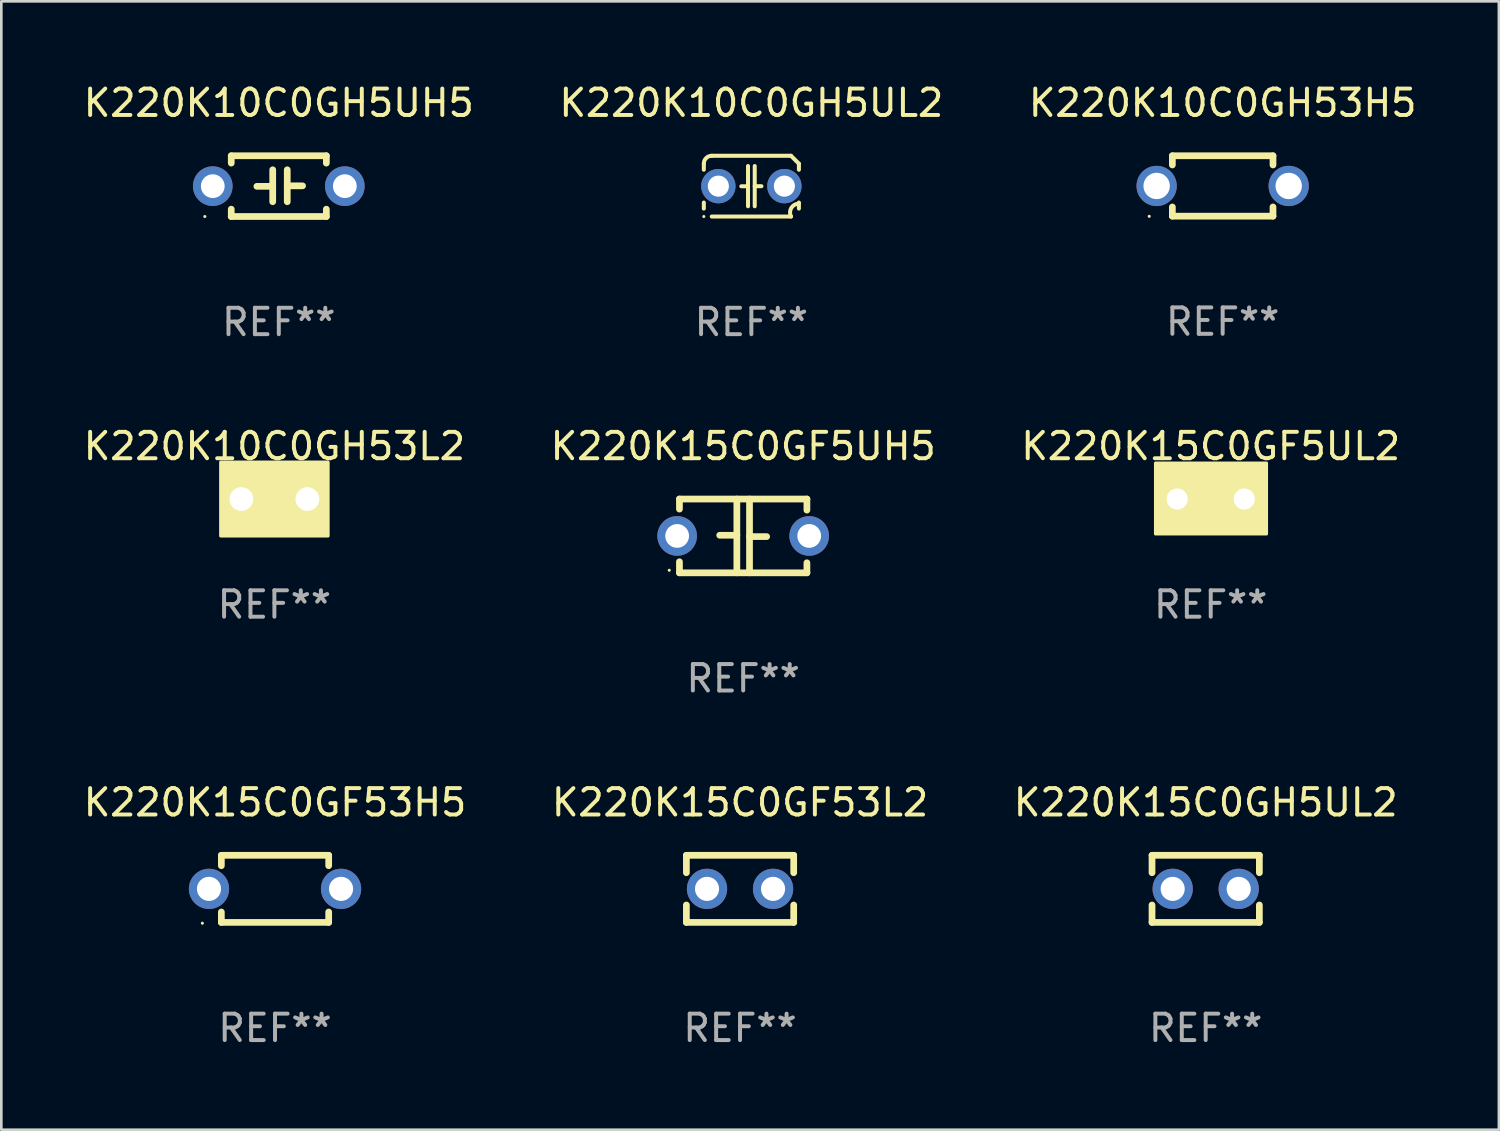
<source format=kicad_pcb>
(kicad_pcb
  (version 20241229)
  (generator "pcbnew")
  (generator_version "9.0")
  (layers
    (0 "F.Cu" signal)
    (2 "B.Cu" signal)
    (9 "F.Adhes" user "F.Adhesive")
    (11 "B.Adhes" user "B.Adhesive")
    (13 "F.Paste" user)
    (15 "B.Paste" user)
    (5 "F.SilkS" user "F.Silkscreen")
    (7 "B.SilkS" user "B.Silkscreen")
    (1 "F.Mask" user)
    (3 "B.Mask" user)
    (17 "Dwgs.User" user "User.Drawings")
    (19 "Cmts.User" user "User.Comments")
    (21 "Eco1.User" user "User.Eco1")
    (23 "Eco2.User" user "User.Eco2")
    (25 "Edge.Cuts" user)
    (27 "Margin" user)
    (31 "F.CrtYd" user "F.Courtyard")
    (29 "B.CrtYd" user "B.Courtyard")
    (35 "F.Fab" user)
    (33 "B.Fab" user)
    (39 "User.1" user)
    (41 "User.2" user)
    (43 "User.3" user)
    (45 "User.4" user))
  (footprint "K220K10C0GH5UL2"
    (layer "F.Cu")
    (at 25.399 3.998)
    (property "Reference" "K220K10C0GH5UL2" (at 0 -3.15 0) (layer "F.SilkS") (effects (font (size 1 1) (thickness 0.15))))
    (attr through_hole)
    (fp_line (start -1.8 -0.621) (end -1.8 -0.85) (stroke (width 0.152) (type solid)) (layer "F.SilkS"))
    (fp_line (start -1.8 0.85) (end -1.8 0.621) (stroke (width 0.152) (type solid)) (layer "F.SilkS"))
    (fp_line (start -1.5 -1.15) (end 1.5 -1.15) (stroke (width 0.152) (type solid)) (layer "F.SilkS"))
    (fp_line (start -0.127 -0.762) (end -0.127 0.762) (stroke (width 0.152) (type solid)) (layer "F.SilkS"))
    (fp_line (start -0.127 0.005) (end -0.381 0.005) (stroke (width 0.152) (type solid)) (layer "F.SilkS"))
    (fp_line (start 0.127 -0.762) (end 0.127 0.762) (stroke (width 0.152) (type solid)) (layer "F.SilkS"))
    (fp_line (start 0.127 0.002) (end 0.381 0.002) (stroke (width 0.152) (type solid)) (layer "F.SilkS"))
    (fp_line (start 1.5 1.15) (end -1.5 1.15) (stroke (width 0.152) (type solid)) (layer "F.SilkS"))
    (fp_line (start 1.8 -0.85) (end 1.8 -0.621) (stroke (width 0.152) (type solid)) (layer "F.SilkS"))
    (fp_line (start 1.8 0.621) (end 1.8 0.85) (stroke (width 0.152) (type solid)) (layer "F.SilkS"))
    (fp_arc (start -1.799975 -0.849987) (mid -1.712107 -1.062119) (end -1.499975 -1.149987) (stroke (width 0.151994) (type solid)) (layer "F.SilkS"))
    (fp_arc (start 1.499975 1.149987) (mid 1.513726 0.822359) (end 1.799975 0.662387) (stroke (width 0.151994) (type solid)) (layer "F.SilkS"))
    (fp_arc (start 1.500001 -1.149986) (mid 1.650015 -1.000001) (end 1.8 -0.849987) (stroke (width 0.151994) (type solid)) (layer "F.SilkS"))
    (fp_circle (center -1.8 1.15) (end -1.77 1.15) (stroke (width 0.06) (type solid)) (fill no) (layer "F.SilkS"))
    (fp_text user "REF**" (at 0 5.15 0) (layer "F.Fab") (effects (font (size 1 1) (thickness 0.15))))
    (pad "1" thru_hole circle (at -1.25 0) (size 1.3 1.3) (drill 0.8) (layers "*.Cu" "*.Mask"))
    (pad "2" thru_hole circle (at 1.25 0) (size 1.3 1.3) (drill 0.8) (layers "*.Cu" "*.Mask")))
  (footprint "K220K15C0GH5UL2"
    (layer "F.Cu")
    (at 42.601 30.605)
    (property "Reference" "K220K15C0GH5UL2" (at 0 -3.27 0) (layer "F.SilkS") (effects (font (size 1 1) (thickness 0.15))))
    (attr through_hole)
    (fp_line (start -2.032 -1.27) (end -2.032 -0.611) (stroke (width 0.254) (type solid)) (layer "F.SilkS"))
    (fp_line (start -2.032 0.611) (end -2.032 1.27) (stroke (width 0.254) (type solid)) (layer "F.SilkS"))
    (fp_line (start -2.032 1.27) (end 2.032 1.27) (stroke (width 0.254) (type solid)) (layer "F.SilkS"))
    (fp_line (start 2.032 -1.27) (end -2.032 -1.27) (stroke (width 0.254) (type solid)) (layer "F.SilkS"))
    (fp_line (start 2.032 -0.611) (end 2.032 -1.27) (stroke (width 0.254) (type solid)) (layer "F.SilkS"))
    (fp_line (start 2.032 1.27) (end 2.032 0.611) (stroke (width 0.254) (type solid)) (layer "F.SilkS"))
    (fp_circle (center -2 1.3) (end -1.97 1.3) (stroke (width 0.06) (type solid)) (fill no) (layer "F.SilkS"))
    (fp_text user "REF**" (at 0 5.27 0) (layer "F.Fab") (effects (font (size 1 1) (thickness 0.15))))
    (pad "1" thru_hole circle (at -1.25 0) (size 1.524 1.524) (drill 0.914) (layers "*.Cu" "*.Mask"))
    (pad "2" thru_hole circle (at 1.25 0) (size 1.524 1.524) (drill 0.914) (layers "*.Cu" "*.Mask")))
  (footprint "K220K15C0GF5UL2"
    (layer "F.Cu")
    (at 42.792 15.845)
    (property "Reference" "K220K15C0GF5UL2" (at 0 -2 0) (layer "F.SilkS") (effects (font (size 1 1) (thickness 0.15))))
    (attr through_hole)
    (fp_circle (center -2 1.3) (end -1.97 1.3) (stroke (width 0.06) (type solid)) (fill no) (layer "F.SilkS"))
    (fp_poly (pts (xy -2.09 -1.36) (xy 2.11 -1.36) (xy 2.11 1.32) (xy -2.09 1.32)) (stroke (width 0.12) (type solid)) (fill yes) (layer "F.SilkS"))
    (fp_text user "REF**" (at 0 4 0) (layer "F.Fab") (effects (font (size 1 1) (thickness 0.15))))
    (pad "1" thru_hole circle (at -1.27 0) (size 1.4 1.4) (drill 0.8) (layers "*.Cu" "*.Mask"))
    (pad "2" thru_hole circle (at 1.27 0) (size 1.4 1.4) (drill 0.8) (layers "*.Cu" "*.Mask")))
  (footprint "K220K15C0GF53H5"
    (layer "F.Cu")
    (at 7.363 30.605)
    (property "Reference" "K220K15C0GF53H5" (at 0 -3.27 0) (layer "F.SilkS") (effects (font (size 1 1) (thickness 0.15))))
    (attr through_hole)
    (fp_line (start -2.032 -1.27) (end -2.032 -0.876) (stroke (width 0.254) (type solid)) (layer "F.SilkS"))
    (fp_line (start -2.032 0.876) (end -2.032 1.27) (stroke (width 0.254) (type solid)) (layer "F.SilkS"))
    (fp_line (start -2.032 1.27) (end 2.032 1.27) (stroke (width 0.254) (type solid)) (layer "F.SilkS"))
    (fp_line (start 2.032 -1.27) (end -2.032 -1.27) (stroke (width 0.254) (type solid)) (layer "F.SilkS"))
    (fp_line (start 2.032 -0.876) (end 2.032 -1.27) (stroke (width 0.254) (type solid)) (layer "F.SilkS"))
    (fp_line (start 2.032 1.27) (end 2.032 0.876) (stroke (width 0.254) (type solid)) (layer "F.SilkS"))
    (fp_circle (center -2.751 1.3) (end -2.721 1.3) (stroke (width 0.06) (type solid)) (fill no) (layer "F.SilkS"))
    (fp_text user "REF**" (at 0 5.27 0) (layer "F.Fab") (effects (font (size 1 1) (thickness 0.15))))
    (pad "1" thru_hole circle (at -2.5 0) (size 1.524 1.524) (drill 0.914) (layers "*.Cu" "*.Mask"))
    (pad "2" thru_hole circle (at 2.5 0) (size 1.524 1.524) (drill 0.914) (layers "*.Cu" "*.Mask")))
  (footprint "K220K10C0GH5UH5"
    (layer "F.Cu")
    (at 7.506 3.998)
    (property "Reference" "K220K10C0GH5UH5" (at 0 -3.15 0) (layer "F.SilkS") (effects (font (size 1 1) (thickness 0.15))))
    (attr through_hole)
    (fp_line (start -1.8 -1.15) (end -1.8 -0.872) (stroke (width 0.254) (type solid)) (layer "F.SilkS"))
    (fp_line (start -1.8 -1.15) (end 1.8 -1.15) (stroke (width 0.254) (type solid)) (layer "F.SilkS"))
    (fp_line (start -1.8 0.872) (end -1.8 1.15) (stroke (width 0.254) (type solid)) (layer "F.SilkS"))
    (fp_line (start -1.8 1.15) (end 1.8 1.15) (stroke (width 0.254) (type solid)) (layer "F.SilkS"))
    (fp_line (start -0.23 -0.62) (end -0.23 0.59) (stroke (width 0.254) (type solid)) (layer "F.SilkS"))
    (fp_line (start -0.23 0.007) (end -0.83 0.007) (stroke (width 0.254) (type solid)) (layer "F.SilkS"))
    (fp_line (start 0.32 -0.62) (end 0.32 0.59) (stroke (width 0.254) (type solid)) (layer "F.SilkS"))
    (fp_line (start 0.32 -0.012) (end 0.9 -0.012) (stroke (width 0.254) (type solid)) (layer "F.SilkS"))
    (fp_line (start 1.8 -1.15) (end 1.8 -0.872) (stroke (width 0.254) (type solid)) (layer "F.SilkS"))
    (fp_line (start 1.8 0.872) (end 1.8 1.15) (stroke (width 0.254) (type solid)) (layer "F.SilkS"))
    (fp_circle (center -2.8 1.15) (end -2.77 1.15) (stroke (width 0.06) (type solid)) (fill no) (layer "F.SilkS"))
    (fp_text user "REF**" (at 0 5.15 0) (layer "F.Fab") (effects (font (size 1 1) (thickness 0.15))))
    (pad "1" thru_hole circle (at -2.5 0) (size 1.5 1.5) (drill 0.9) (layers "*.Cu" "*.Mask"))
    (pad "2" thru_hole circle (at 2.5 0) (size 1.5 1.5) (drill 0.9) (layers "*.Cu" "*.Mask")))
  (footprint "K220K15C0GF5UH5"
    (layer "F.Cu")
    (at 25.089 17.242)
    (property "Reference" "K220K15C0GF5UH5" (at 0 -3.397 0) (layer "F.SilkS") (effects (font (size 1 1) (thickness 0.15))))
    (attr through_hole)
    (fp_line (start -2.413 -1.397) (end 2.413 -1.397) (stroke (width 0.254) (type solid)) (layer "F.SilkS"))
    (fp_line (start -2.413 -1.016) (end -2.413 -1.397) (stroke (width 0.254) (type solid)) (layer "F.SilkS"))
    (fp_line (start -2.413 0.977) (end -2.413 1.397) (stroke (width 0.254) (type solid)) (layer "F.SilkS"))
    (fp_line (start -0.24 -0.025) (end -0.889 -0.025) (stroke (width 0.254) (type solid)) (layer "F.SilkS"))
    (fp_line (start -0.24 1.397) (end -0.24 -1.397) (stroke (width 0.254) (type solid)) (layer "F.SilkS"))
    (fp_line (start 0.24 -1.397) (end 0.24 1.397) (stroke (width 0.254) (type solid)) (layer "F.SilkS"))
    (fp_line (start 0.24 0.025) (end 0.889 0.025) (stroke (width 0.254) (type solid)) (layer "F.SilkS"))
    (fp_line (start 2.413 -0.977) (end 2.413 -1.397) (stroke (width 0.254) (type solid)) (layer "F.SilkS"))
    (fp_line (start 2.413 1.016) (end 2.413 1.397) (stroke (width 0.254) (type solid)) (layer "F.SilkS"))
    (fp_line (start 2.413 1.397) (end -2.413 1.397) (stroke (width 0.254) (type solid)) (layer "F.SilkS"))
    (fp_circle (center -2.8 1.3) (end -2.77 1.3) (stroke (width 0.06) (type solid)) (fill no) (layer "F.SilkS"))
    (fp_text user "REF**" (at 0 5.397 0) (layer "F.Fab") (effects (font (size 1 1) (thickness 0.15))))
    (pad "1" thru_hole circle (at -2.5 0) (size 1.5 1.5) (drill 0.9) (layers "*.Cu" "*.Mask"))
    (pad "2" thru_hole circle (at 2.5 0) (size 1.5 1.5) (drill 0.9) (layers "*.Cu" "*.Mask")))
  (footprint "K220K10C0GH53H5"
    (layer "F.Cu")
    (at 43.244 3.991)
    (property "Reference" "K220K10C0GH53H5" (at 0 -3.143 0) (layer "F.SilkS") (effects (font (size 1 1) (thickness 0.15))))
    (attr through_hole)
    (fp_line (start -1.905 -1.143) (end 1.905 -1.143) (stroke (width 0.254) (type solid)) (layer "F.SilkS"))
    (fp_line (start -1.905 -0.795) (end -1.905 -1.143) (stroke (width 0.254) (type solid)) (layer "F.SilkS"))
    (fp_line (start -1.905 1.143) (end -1.905 0.795) (stroke (width 0.254) (type solid)) (layer "F.SilkS"))
    (fp_line (start 1.905 -1.143) (end 1.905 -0.795) (stroke (width 0.254) (type solid)) (layer "F.SilkS"))
    (fp_line (start 1.905 0.795) (end 1.905 1.143) (stroke (width 0.254) (type solid)) (layer "F.SilkS"))
    (fp_line (start 1.905 1.143) (end -1.905 1.143) (stroke (width 0.254) (type solid)) (layer "F.SilkS"))
    (fp_circle (center -2.781 1.15) (end -2.751 1.15) (stroke (width 0.06) (type solid)) (fill no) (layer "F.SilkS"))
    (fp_text user "REF**" (at 0 5.143 0) (layer "F.Fab") (effects (font (size 1 1) (thickness 0.15))))
    (pad "1" thru_hole circle (at -2.5 0) (size 1.524 1.524) (drill 1) (layers "*.Cu" "*.Mask"))
    (pad "2" thru_hole circle (at 2.5 0) (size 1.524 1.524) (drill 1) (layers "*.Cu" "*.Mask")))
  (footprint "K220K15C0GF53L2"
    (layer "F.Cu")
    (at 24.97 30.605)
    (property "Reference" "K220K15C0GF53L2" (at 0 -3.27 0) (layer "F.SilkS") (effects (font (size 1 1) (thickness 0.15))))
    (attr through_hole)
    (fp_line (start -2.032 -1.27) (end -2.032 -0.611) (stroke (width 0.254) (type solid)) (layer "F.SilkS"))
    (fp_line (start -2.032 0.611) (end -2.032 1.27) (stroke (width 0.254) (type solid)) (layer "F.SilkS"))
    (fp_line (start -2.032 1.27) (end 2.032 1.27) (stroke (width 0.254) (type solid)) (layer "F.SilkS"))
    (fp_line (start 2.032 -1.27) (end -2.032 -1.27) (stroke (width 0.254) (type solid)) (layer "F.SilkS"))
    (fp_line (start 2.032 -0.611) (end 2.032 -1.27) (stroke (width 0.254) (type solid)) (layer "F.SilkS"))
    (fp_line (start 2.032 1.27) (end 2.032 0.611) (stroke (width 0.254) (type solid)) (layer "F.SilkS"))
    (fp_circle (center -2 1.3) (end -1.97 1.3) (stroke (width 0.06) (type solid)) (fill no) (layer "F.SilkS"))
    (fp_text user "REF**" (at 0 5.27 0) (layer "F.Fab") (effects (font (size 1 1) (thickness 0.15))))
    (pad "1" thru_hole circle (at -1.25 0) (size 1.524 1.524) (drill 0.914) (layers "*.Cu" "*.Mask"))
    (pad "2" thru_hole circle (at 1.25 0) (size 1.524 1.524) (drill 0.914) (layers "*.Cu" "*.Mask")))
  (footprint "K220K10C0GH53L2"
    (layer "F.Cu")
    (at 7.339 15.845)
    (property "Reference" "K220K10C0GH53L2" (at 0 -2 0) (layer "F.SilkS") (effects (font (size 1 1) (thickness 0.15))))
    (attr through_hole)
    (fp_circle (center -1.8 1.15) (end -1.77 1.15) (stroke (width 0.06) (type solid)) (fill no) (layer "F.SilkS"))
    (fp_poly (pts (xy -2.032 -1.397) (xy 2.032 -1.397) (xy 2.032 1.397) (xy -2.032 1.397)) (stroke (width 0.12) (type solid)) (fill yes) (layer "F.SilkS"))
    (fp_text user "REF**" (at 0 4 0) (layer "F.Fab") (effects (font (size 1 1) (thickness 0.15))))
    (pad "1" thru_hole circle (at -1.25 0) (size 1.5 1.5) (drill 0.9) (layers "*.Cu" "*.Mask"))
    (pad "2" thru_hole circle (at 1.25 0) (size 1.5 1.5) (drill 0.9) (layers "*.Cu" "*.Mask")))
  (gr_rect
    (start -3 -3)
    (end 53.702 39.724)
    (stroke (width 0.1) (type default))
    (fill no)
    (layer "Edge.Cuts")))
</source>
